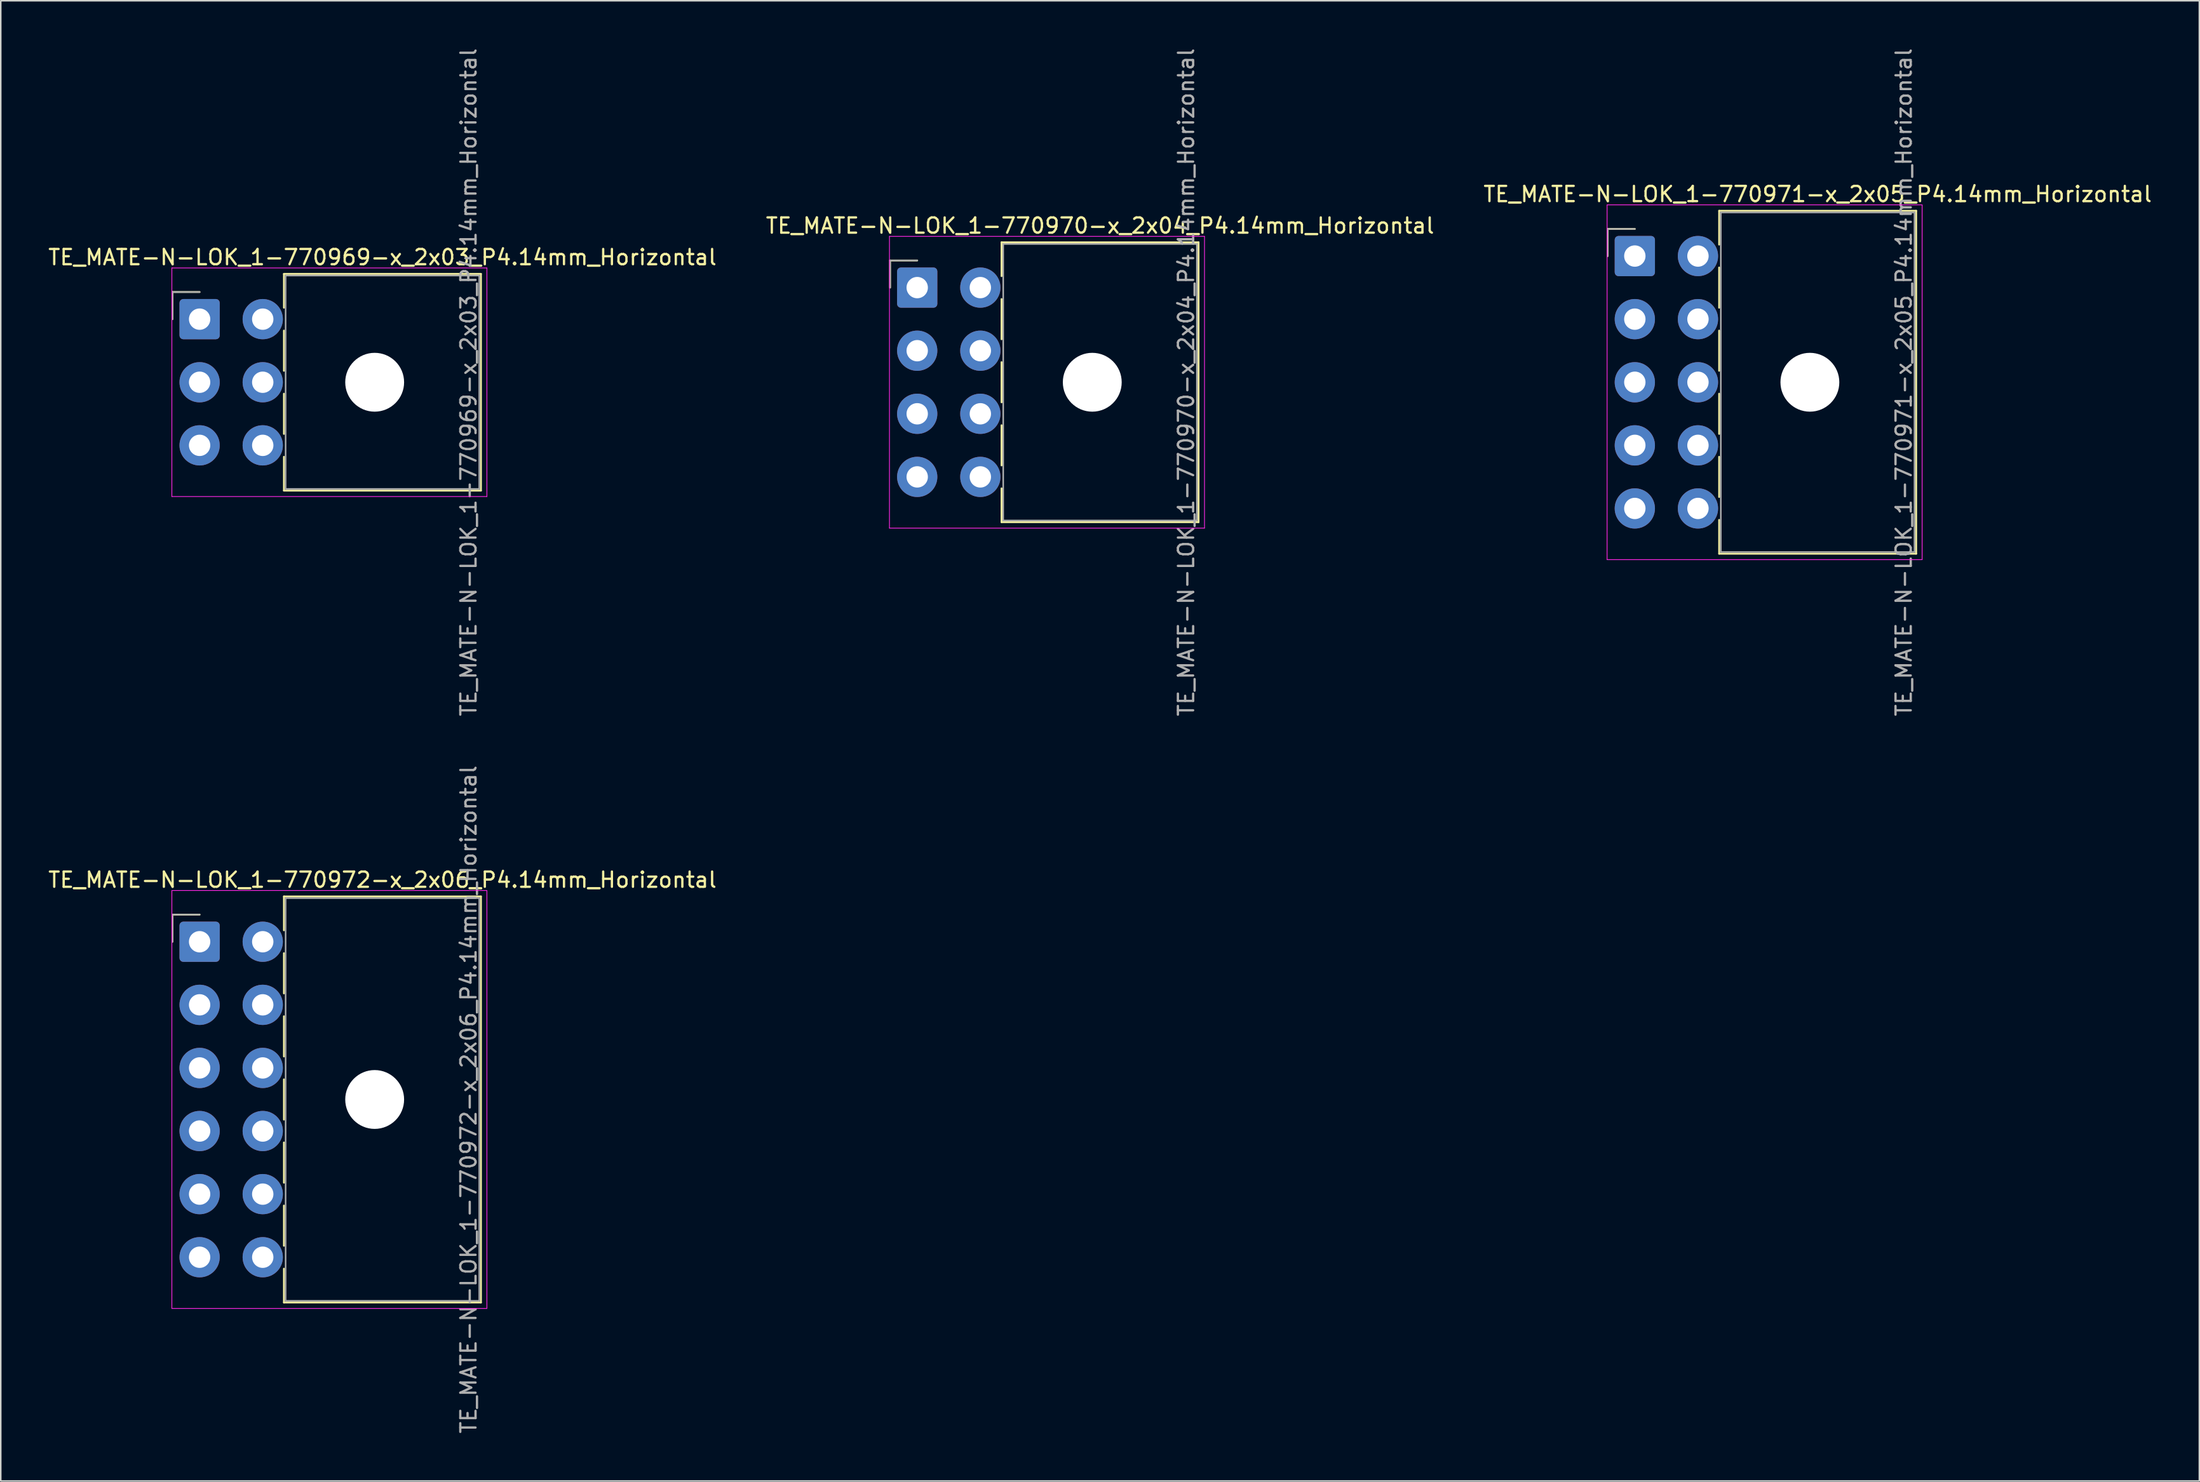
<source format=kicad_pcb>
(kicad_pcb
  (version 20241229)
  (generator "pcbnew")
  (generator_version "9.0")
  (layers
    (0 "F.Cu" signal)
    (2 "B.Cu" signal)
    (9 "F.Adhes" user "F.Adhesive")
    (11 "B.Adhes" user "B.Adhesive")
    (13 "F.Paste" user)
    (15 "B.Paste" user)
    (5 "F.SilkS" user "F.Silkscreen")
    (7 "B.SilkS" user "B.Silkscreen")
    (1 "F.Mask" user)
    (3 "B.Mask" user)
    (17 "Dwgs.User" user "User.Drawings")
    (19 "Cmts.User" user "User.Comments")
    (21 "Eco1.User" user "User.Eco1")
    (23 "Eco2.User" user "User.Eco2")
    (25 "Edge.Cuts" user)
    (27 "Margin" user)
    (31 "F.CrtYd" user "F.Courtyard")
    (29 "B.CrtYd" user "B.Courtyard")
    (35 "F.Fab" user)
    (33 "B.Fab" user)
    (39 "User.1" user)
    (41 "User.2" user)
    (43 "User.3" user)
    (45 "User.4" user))
  (footprint "TE_MATE-N-LOK_1-770970-x_2x04_P4.14mm_Horizontal"
    (layer "F.Cu")
    (at 57.099 15.82)
    (property "Reference" "TE_MATE-N-LOK_1-770970-x_2x04_P4.14mm_Horizontal" (at 11.99 -4.06 0) (layer "F.SilkS") (effects (font (size 1 1) (thickness 0.15))))
    (attr through_hole)
    (fp_line (start -1.78 -1.78) (end -1.78 0) (stroke (width 0.12) (type solid)) (layer "F.SilkS"))
    (fp_line (start 0 -1.78) (end -1.78 -1.78) (stroke (width 0.12) (type solid)) (layer "F.SilkS"))
    (fp_line (start 5.53 -2.97) (end 18.45 -2.97) (stroke (width 0.12) (type solid)) (layer "F.SilkS"))
    (fp_line (start 5.53 -0.751) (end 5.53 -2.97) (stroke (width 0.12) (type solid)) (layer "F.SilkS"))
    (fp_line (start 5.53 0.751) (end 5.53 3.389) (stroke (width 0.12) (type solid)) (layer "F.SilkS"))
    (fp_line (start 5.53 4.891) (end 5.53 7.529) (stroke (width 0.12) (type solid)) (layer "F.SilkS"))
    (fp_line (start 5.53 9.031) (end 5.53 11.669) (stroke (width 0.12) (type solid)) (layer "F.SilkS"))
    (fp_line (start 5.53 15.39) (end 5.53 13.171) (stroke (width 0.12) (type solid)) (layer "F.SilkS"))
    (fp_line (start 18.45 -2.97) (end 18.45 15.39) (stroke (width 0.12) (type solid)) (layer "F.SilkS"))
    (fp_line (start 18.45 15.39) (end 5.53 15.39) (stroke (width 0.12) (type solid)) (layer "F.SilkS"))
    (fp_line (start -1.82 -3.36) (end -1.82 15.78) (stroke (width 0.05) (type solid)) (layer "F.CrtYd"))
    (fp_line (start -1.82 15.78) (end 18.84 15.78) (stroke (width 0.05) (type solid)) (layer "F.CrtYd"))
    (fp_line (start 18.84 -3.36) (end -1.82 -3.36) (stroke (width 0.05) (type solid)) (layer "F.CrtYd"))
    (fp_line (start 18.84 15.78) (end 18.84 -3.36) (stroke (width 0.05) (type solid)) (layer "F.CrtYd"))
    (fp_line (start -1.78 -1.78) (end -1.78 0) (stroke (width 0.1) (type solid)) (layer "F.Fab"))
    (fp_line (start 0 -1.78) (end -1.78 -1.78) (stroke (width 0.1) (type solid)) (layer "F.Fab"))
    (fp_line (start 5.64 -2.86) (end 5.64 15.28) (stroke (width 0.1) (type solid)) (layer "F.Fab"))
    (fp_line (start 5.64 15.28) (end 18.34 15.28) (stroke (width 0.1) (type solid)) (layer "F.Fab"))
    (fp_line (start 18.34 -2.86) (end 5.64 -2.86) (stroke (width 0.1) (type solid)) (layer "F.Fab"))
    (fp_line (start 18.34 15.28) (end 18.34 -2.86) (stroke (width 0.1) (type solid)) (layer "F.Fab"))
    (fp_text user "${REFERENCE}" (at 17.64 6.21 90) (layer "F.Fab") (effects (font (size 1 1) (thickness 0.15))))
    (pad "" np_thru_hole circle (at 11.48 6.21) (size 3.86 3.86) (drill 3.86) (layers "*.Cu" "*.Mask"))
    (pad "1" thru_hole roundrect (at 0 0) (size 2.64 2.64) (drill 1.4) (layers "*.Cu" "*.Mask") (roundrect_rratio 0.095))
    (pad "2" thru_hole circle (at 0 4.14) (size 2.64 2.64) (drill 1.4) (layers "*.Cu" "*.Mask"))
    (pad "3" thru_hole circle (at 0 8.28) (size 2.64 2.64) (drill 1.4) (layers "*.Cu" "*.Mask"))
    (pad "4" thru_hole circle (at 0 12.42) (size 2.64 2.64) (drill 1.4) (layers "*.Cu" "*.Mask"))
    (pad "5" thru_hole circle (at 4.14 0) (size 2.64 2.64) (drill 1.4) (layers "*.Cu" "*.Mask"))
    (pad "6" thru_hole circle (at 4.14 4.14) (size 2.64 2.64) (drill 1.4) (layers "*.Cu" "*.Mask"))
    (pad "7" thru_hole circle (at 4.14 8.28) (size 2.64 2.64) (drill 1.4) (layers "*.Cu" "*.Mask"))
    (pad "8" thru_hole circle (at 4.14 12.42) (size 2.64 2.64) (drill 1.4) (layers "*.Cu" "*.Mask")))
  (footprint "TE_MATE-N-LOK_1-770969-x_2x03_P4.14mm_Horizontal"
    (layer "F.Cu")
    (at 10.04 17.89)
    (property "Reference" "TE_MATE-N-LOK_1-770969-x_2x03_P4.14mm_Horizontal" (at 11.99 -4.06 0) (layer "F.SilkS") (effects (font (size 1 1) (thickness 0.15))))
    (attr through_hole)
    (fp_line (start -1.78 -1.78) (end -1.78 0) (stroke (width 0.12) (type solid)) (layer "F.SilkS"))
    (fp_line (start 0 -1.78) (end -1.78 -1.78) (stroke (width 0.12) (type solid)) (layer "F.SilkS"))
    (fp_line (start 5.53 -2.97) (end 18.45 -2.97) (stroke (width 0.12) (type solid)) (layer "F.SilkS"))
    (fp_line (start 5.53 -0.751) (end 5.53 -2.97) (stroke (width 0.12) (type solid)) (layer "F.SilkS"))
    (fp_line (start 5.53 0.751) (end 5.53 3.389) (stroke (width 0.12) (type solid)) (layer "F.SilkS"))
    (fp_line (start 5.53 4.891) (end 5.53 7.529) (stroke (width 0.12) (type solid)) (layer "F.SilkS"))
    (fp_line (start 5.53 11.25) (end 5.53 9.031) (stroke (width 0.12) (type solid)) (layer "F.SilkS"))
    (fp_line (start 18.45 -2.97) (end 18.45 11.25) (stroke (width 0.12) (type solid)) (layer "F.SilkS"))
    (fp_line (start 18.45 11.25) (end 5.53 11.25) (stroke (width 0.12) (type solid)) (layer "F.SilkS"))
    (fp_line (start -1.82 -3.36) (end -1.82 11.64) (stroke (width 0.05) (type solid)) (layer "F.CrtYd"))
    (fp_line (start -1.82 11.64) (end 18.84 11.64) (stroke (width 0.05) (type solid)) (layer "F.CrtYd"))
    (fp_line (start 18.84 -3.36) (end -1.82 -3.36) (stroke (width 0.05) (type solid)) (layer "F.CrtYd"))
    (fp_line (start 18.84 11.64) (end 18.84 -3.36) (stroke (width 0.05) (type solid)) (layer "F.CrtYd"))
    (fp_line (start -1.78 -1.78) (end -1.78 0) (stroke (width 0.1) (type solid)) (layer "F.Fab"))
    (fp_line (start 0 -1.78) (end -1.78 -1.78) (stroke (width 0.1) (type solid)) (layer "F.Fab"))
    (fp_line (start 5.64 -2.86) (end 5.64 11.14) (stroke (width 0.1) (type solid)) (layer "F.Fab"))
    (fp_line (start 5.64 11.14) (end 18.34 11.14) (stroke (width 0.1) (type solid)) (layer "F.Fab"))
    (fp_line (start 18.34 -2.86) (end 5.64 -2.86) (stroke (width 0.1) (type solid)) (layer "F.Fab"))
    (fp_line (start 18.34 11.14) (end 18.34 -2.86) (stroke (width 0.1) (type solid)) (layer "F.Fab"))
    (fp_text user "${REFERENCE}" (at 17.64 4.14 90) (layer "F.Fab") (effects (font (size 1 1) (thickness 0.15))))
    (pad "" np_thru_hole circle (at 11.48 4.14) (size 3.86 3.86) (drill 3.86) (layers "*.Cu" "*.Mask"))
    (pad "1" thru_hole roundrect (at 0 0) (size 2.64 2.64) (drill 1.4) (layers "*.Cu" "*.Mask") (roundrect_rratio 0.095))
    (pad "2" thru_hole circle (at 0 4.14) (size 2.64 2.64) (drill 1.4) (layers "*.Cu" "*.Mask"))
    (pad "3" thru_hole circle (at 0 8.28) (size 2.64 2.64) (drill 1.4) (layers "*.Cu" "*.Mask"))
    (pad "4" thru_hole circle (at 4.14 0) (size 2.64 2.64) (drill 1.4) (layers "*.Cu" "*.Mask"))
    (pad "5" thru_hole circle (at 4.14 4.14) (size 2.64 2.64) (drill 1.4) (layers "*.Cu" "*.Mask"))
    (pad "6" thru_hole circle (at 4.14 8.28) (size 2.64 2.64) (drill 1.4) (layers "*.Cu" "*.Mask")))
  (footprint "TE_MATE-N-LOK_1-770972-x_2x06_P4.14mm_Horizontal"
    (layer "F.Cu")
    (at 10.04 58.739)
    (property "Reference" "TE_MATE-N-LOK_1-770972-x_2x06_P4.14mm_Horizontal" (at 11.99 -4.06 0) (layer "F.SilkS") (effects (font (size 1 1) (thickness 0.15))))
    (attr through_hole)
    (fp_line (start -1.78 -1.78) (end -1.78 0) (stroke (width 0.12) (type solid)) (layer "F.SilkS"))
    (fp_line (start 0 -1.78) (end -1.78 -1.78) (stroke (width 0.12) (type solid)) (layer "F.SilkS"))
    (fp_line (start 5.53 -2.97) (end 18.45 -2.97) (stroke (width 0.12) (type solid)) (layer "F.SilkS"))
    (fp_line (start 5.53 -0.751) (end 5.53 -2.97) (stroke (width 0.12) (type solid)) (layer "F.SilkS"))
    (fp_line (start 5.53 0.751) (end 5.53 3.389) (stroke (width 0.12) (type solid)) (layer "F.SilkS"))
    (fp_line (start 5.53 4.891) (end 5.53 7.529) (stroke (width 0.12) (type solid)) (layer "F.SilkS"))
    (fp_line (start 5.53 9.031) (end 5.53 11.669) (stroke (width 0.12) (type solid)) (layer "F.SilkS"))
    (fp_line (start 5.53 13.171) (end 5.53 15.809) (stroke (width 0.12) (type solid)) (layer "F.SilkS"))
    (fp_line (start 5.53 17.311) (end 5.53 19.949) (stroke (width 0.12) (type solid)) (layer "F.SilkS"))
    (fp_line (start 5.53 23.67) (end 5.53 21.451) (stroke (width 0.12) (type solid)) (layer "F.SilkS"))
    (fp_line (start 18.45 -2.97) (end 18.45 23.67) (stroke (width 0.12) (type solid)) (layer "F.SilkS"))
    (fp_line (start 18.45 23.67) (end 5.53 23.67) (stroke (width 0.12) (type solid)) (layer "F.SilkS"))
    (fp_line (start -1.82 -3.36) (end -1.82 24.06) (stroke (width 0.05) (type solid)) (layer "F.CrtYd"))
    (fp_line (start -1.82 24.06) (end 18.84 24.06) (stroke (width 0.05) (type solid)) (layer "F.CrtYd"))
    (fp_line (start 18.84 -3.36) (end -1.82 -3.36) (stroke (width 0.05) (type solid)) (layer "F.CrtYd"))
    (fp_line (start 18.84 24.06) (end 18.84 -3.36) (stroke (width 0.05) (type solid)) (layer "F.CrtYd"))
    (fp_line (start -1.78 -1.78) (end -1.78 0) (stroke (width 0.1) (type solid)) (layer "F.Fab"))
    (fp_line (start 0 -1.78) (end -1.78 -1.78) (stroke (width 0.1) (type solid)) (layer "F.Fab"))
    (fp_line (start 5.64 -2.86) (end 5.64 23.56) (stroke (width 0.1) (type solid)) (layer "F.Fab"))
    (fp_line (start 5.64 23.56) (end 18.34 23.56) (stroke (width 0.1) (type solid)) (layer "F.Fab"))
    (fp_line (start 18.34 -2.86) (end 5.64 -2.86) (stroke (width 0.1) (type solid)) (layer "F.Fab"))
    (fp_line (start 18.34 23.56) (end 18.34 -2.86) (stroke (width 0.1) (type solid)) (layer "F.Fab"))
    (fp_text user "${REFERENCE}" (at 17.64 10.35 90) (layer "F.Fab") (effects (font (size 1 1) (thickness 0.15))))
    (pad "" np_thru_hole circle (at 11.48 10.35) (size 3.86 3.86) (drill 3.86) (layers "*.Cu" "*.Mask"))
    (pad "1" thru_hole roundrect (at 0 0) (size 2.64 2.64) (drill 1.4) (layers "*.Cu" "*.Mask") (roundrect_rratio 0.095))
    (pad "2" thru_hole circle (at 0 4.14) (size 2.64 2.64) (drill 1.4) (layers "*.Cu" "*.Mask"))
    (pad "3" thru_hole circle (at 0 8.28) (size 2.64 2.64) (drill 1.4) (layers "*.Cu" "*.Mask"))
    (pad "4" thru_hole circle (at 0 12.42) (size 2.64 2.64) (drill 1.4) (layers "*.Cu" "*.Mask"))
    (pad "5" thru_hole circle (at 0 16.56) (size 2.64 2.64) (drill 1.4) (layers "*.Cu" "*.Mask"))
    (pad "6" thru_hole circle (at 0 20.7) (size 2.64 2.64) (drill 1.4) (layers "*.Cu" "*.Mask"))
    (pad "7" thru_hole circle (at 4.14 0) (size 2.64 2.64) (drill 1.4) (layers "*.Cu" "*.Mask"))
    (pad "8" thru_hole circle (at 4.14 4.14) (size 2.64 2.64) (drill 1.4) (layers "*.Cu" "*.Mask"))
    (pad "9" thru_hole circle (at 4.14 8.28) (size 2.64 2.64) (drill 1.4) (layers "*.Cu" "*.Mask"))
    (pad "10" thru_hole circle (at 4.14 12.42) (size 2.64 2.64) (drill 1.4) (layers "*.Cu" "*.Mask"))
    (pad "11" thru_hole circle (at 4.14 16.56) (size 2.64 2.64) (drill 1.4) (layers "*.Cu" "*.Mask"))
    (pad "12" thru_hole circle (at 4.14 20.7) (size 2.64 2.64) (drill 1.4) (layers "*.Cu" "*.Mask")))
  (footprint "TE_MATE-N-LOK_1-770971-x_2x05_P4.14mm_Horizontal"
    (layer "F.Cu")
    (at 104.159 13.75)
    (property "Reference" "TE_MATE-N-LOK_1-770971-x_2x05_P4.14mm_Horizontal" (at 11.99 -4.06 0) (layer "F.SilkS") (effects (font (size 1 1) (thickness 0.15))))
    (attr through_hole)
    (fp_line (start -1.78 -1.78) (end -1.78 0) (stroke (width 0.12) (type solid)) (layer "F.SilkS"))
    (fp_line (start 0 -1.78) (end -1.78 -1.78) (stroke (width 0.12) (type solid)) (layer "F.SilkS"))
    (fp_line (start 5.53 -2.97) (end 18.45 -2.97) (stroke (width 0.12) (type solid)) (layer "F.SilkS"))
    (fp_line (start 5.53 -0.751) (end 5.53 -2.97) (stroke (width 0.12) (type solid)) (layer "F.SilkS"))
    (fp_line (start 5.53 0.751) (end 5.53 3.389) (stroke (width 0.12) (type solid)) (layer "F.SilkS"))
    (fp_line (start 5.53 4.891) (end 5.53 7.529) (stroke (width 0.12) (type solid)) (layer "F.SilkS"))
    (fp_line (start 5.53 9.031) (end 5.53 11.669) (stroke (width 0.12) (type solid)) (layer "F.SilkS"))
    (fp_line (start 5.53 13.171) (end 5.53 15.809) (stroke (width 0.12) (type solid)) (layer "F.SilkS"))
    (fp_line (start 5.53 19.53) (end 5.53 17.311) (stroke (width 0.12) (type solid)) (layer "F.SilkS"))
    (fp_line (start 18.45 -2.97) (end 18.45 19.53) (stroke (width 0.12) (type solid)) (layer "F.SilkS"))
    (fp_line (start 18.45 19.53) (end 5.53 19.53) (stroke (width 0.12) (type solid)) (layer "F.SilkS"))
    (fp_line (start -1.82 -3.36) (end -1.82 19.92) (stroke (width 0.05) (type solid)) (layer "F.CrtYd"))
    (fp_line (start -1.82 19.92) (end 18.84 19.92) (stroke (width 0.05) (type solid)) (layer "F.CrtYd"))
    (fp_line (start 18.84 -3.36) (end -1.82 -3.36) (stroke (width 0.05) (type solid)) (layer "F.CrtYd"))
    (fp_line (start 18.84 19.92) (end 18.84 -3.36) (stroke (width 0.05) (type solid)) (layer "F.CrtYd"))
    (fp_line (start -1.78 -1.78) (end -1.78 0) (stroke (width 0.1) (type solid)) (layer "F.Fab"))
    (fp_line (start 0 -1.78) (end -1.78 -1.78) (stroke (width 0.1) (type solid)) (layer "F.Fab"))
    (fp_line (start 5.64 -2.86) (end 5.64 19.42) (stroke (width 0.1) (type solid)) (layer "F.Fab"))
    (fp_line (start 5.64 19.42) (end 18.34 19.42) (stroke (width 0.1) (type solid)) (layer "F.Fab"))
    (fp_line (start 18.34 -2.86) (end 5.64 -2.86) (stroke (width 0.1) (type solid)) (layer "F.Fab"))
    (fp_line (start 18.34 19.42) (end 18.34 -2.86) (stroke (width 0.1) (type solid)) (layer "F.Fab"))
    (fp_text user "${REFERENCE}" (at 17.64 8.28 90) (layer "F.Fab") (effects (font (size 1 1) (thickness 0.15))))
    (pad "" np_thru_hole circle (at 11.48 8.28) (size 3.86 3.86) (drill 3.86) (layers "*.Cu" "*.Mask"))
    (pad "1" thru_hole roundrect (at 0 0) (size 2.64 2.64) (drill 1.4) (layers "*.Cu" "*.Mask") (roundrect_rratio 0.095))
    (pad "2" thru_hole circle (at 0 4.14) (size 2.64 2.64) (drill 1.4) (layers "*.Cu" "*.Mask"))
    (pad "3" thru_hole circle (at 0 8.28) (size 2.64 2.64) (drill 1.4) (layers "*.Cu" "*.Mask"))
    (pad "4" thru_hole circle (at 0 12.42) (size 2.64 2.64) (drill 1.4) (layers "*.Cu" "*.Mask"))
    (pad "5" thru_hole circle (at 0 16.56) (size 2.64 2.64) (drill 1.4) (layers "*.Cu" "*.Mask"))
    (pad "6" thru_hole circle (at 4.14 0) (size 2.64 2.64) (drill 1.4) (layers "*.Cu" "*.Mask"))
    (pad "7" thru_hole circle (at 4.14 4.14) (size 2.64 2.64) (drill 1.4) (layers "*.Cu" "*.Mask"))
    (pad "8" thru_hole circle (at 4.14 8.28) (size 2.64 2.64) (drill 1.4) (layers "*.Cu" "*.Mask"))
    (pad "9" thru_hole circle (at 4.14 12.42) (size 2.64 2.64) (drill 1.4) (layers "*.Cu" "*.Mask"))
    (pad "10" thru_hole circle (at 4.14 16.56) (size 2.64 2.64) (drill 1.4) (layers "*.Cu" "*.Mask")))
  (gr_rect
    (start -3 -3)
    (end 141.179 94.119)
    (stroke (width 0.1) (type default))
    (fill no)
    (layer "Edge.Cuts")))
</source>
